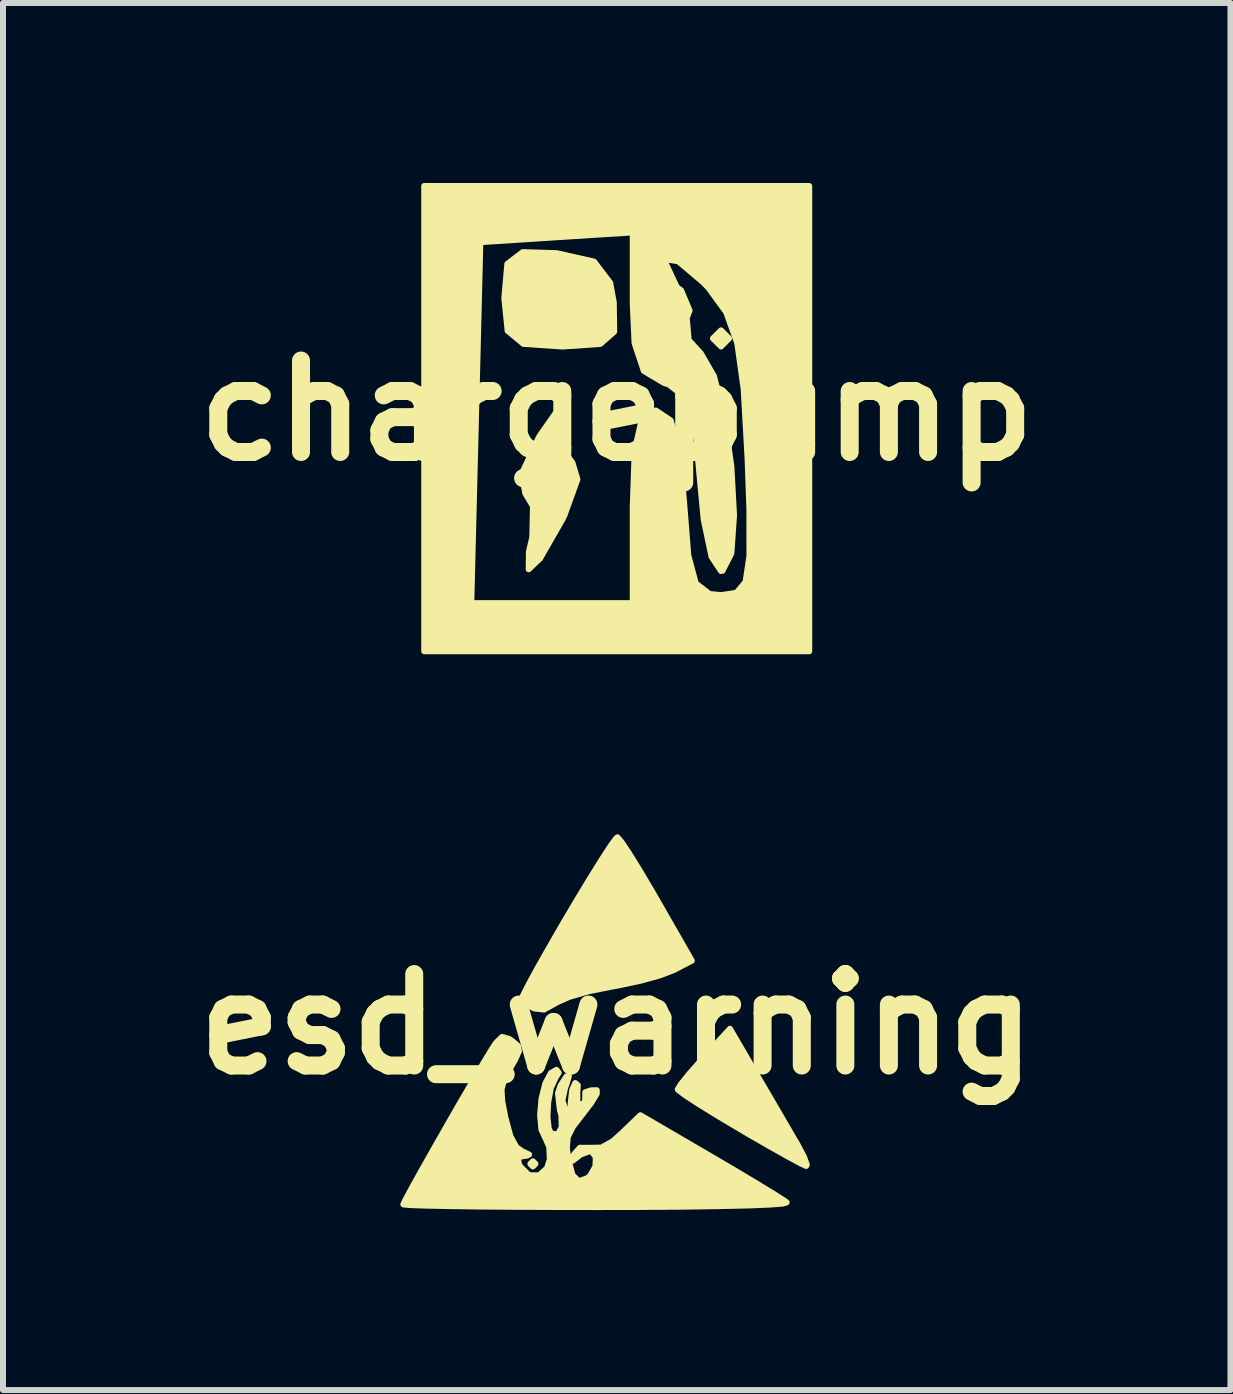
<source format=kicad_pcb>
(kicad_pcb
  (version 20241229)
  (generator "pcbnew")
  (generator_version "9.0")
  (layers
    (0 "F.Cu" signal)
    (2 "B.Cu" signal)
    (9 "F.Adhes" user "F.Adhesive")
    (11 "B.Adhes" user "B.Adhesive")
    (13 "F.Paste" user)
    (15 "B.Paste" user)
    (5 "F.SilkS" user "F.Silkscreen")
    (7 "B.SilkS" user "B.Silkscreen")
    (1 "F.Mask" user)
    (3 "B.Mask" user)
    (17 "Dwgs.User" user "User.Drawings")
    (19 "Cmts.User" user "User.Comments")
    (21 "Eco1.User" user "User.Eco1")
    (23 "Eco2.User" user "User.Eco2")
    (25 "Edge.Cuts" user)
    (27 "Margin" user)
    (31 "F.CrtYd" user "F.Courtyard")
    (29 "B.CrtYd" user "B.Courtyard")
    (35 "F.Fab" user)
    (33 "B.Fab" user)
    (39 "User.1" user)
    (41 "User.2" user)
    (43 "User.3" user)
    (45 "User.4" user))
  (footprint "chargepump"
    (layer "F.Cu")
    (at 7.228 3.793)
    (property "Reference" "chargepump" (at 0 0 0) (layer "F.SilkS") (effects (font (size 1.524 1.524) (thickness 0.3))))
    (attr through_hole)
    (fp_poly (pts (xy 1.872 -1.203) (xy 1.738 -1.069) (xy 1.604 -1.203) (xy 1.738 -1.337) (xy 1.872 -1.203)) (stroke (width 0.1) (type solid)) (fill yes) (layer "F.SilkS"))
    (fp_poly (pts (xy -0.042 -1.315) (xy -0.274 -1.111) (xy -0.89 -1.069) (xy -0.918 -1.069) (xy -1.554 -1.112) (xy -1.818 -1.33) (xy -1.872 -1.864) (xy -1.872 -1.889) (xy -1.823 -2.445) (xy -1.567 -2.641) (xy -1.003 -2.624) (xy -0.379 -2.484) (xy -0.109 -2.13) (xy -0.049 -1.805) (xy -0.042 -1.315)) (stroke (width 0.1) (type solid)) (fill yes) (layer "F.SilkS"))
    (fp_poly (pts (xy -0.655 1.145) (xy -0.872 1.747) (xy -0.907 1.817) (xy -1.277 2.463) (xy -1.467 2.644) (xy -1.463 2.349) (xy -1.407 2.112) (xy -1.396 1.592) (xy -1.525 1.376) (xy -1.581 1.048) (xy -1.299 0.447) (xy -1.27 0.401) (xy -0.945 -0.063) (xy -0.84 -0.085) (xy -0.882 0.188) (xy -0.88 0.683) (xy -0.738 0.868) (xy -0.655 1.145)) (stroke (width 0.1) (type solid)) (fill yes) (layer "F.SilkS"))
    (fp_poly (pts (xy 3.208 4.011) (xy 2.212 4.011) (xy 2.212 2.424) (xy 2.211 1.638) (xy 2.181 0.802) (xy 2.116 -0.358) (xy 2.009 -1.125) (xy 1.824 -1.641) (xy 1.527 -2.048) (xy 1.446 -2.133) (xy 1.027 -2.488) (xy 0.81 -2.524) (xy 0.802 -2.483) (xy 1 -2.06) (xy 1.074 -2.003) (xy 1.214 -1.668) (xy 1.167 -1.545) (xy 1.2 -1.174) (xy 1.402 -0.953) (xy 1.62 -0.575) (xy 1.795 0.109) (xy 1.911 0.936) (xy 1.955 1.746) (xy 1.911 2.378) (xy 1.763 2.669) (xy 1.738 2.673) (xy 1.58 2.435) (xy 1.449 1.812) (xy 1.389 1.177) (xy 1.307 0.281) (xy 1.15 -0.213) (xy 0.87 -0.435) (xy 0.788 -0.461) (xy 0.451 -0.662) (xy 0.297 -1.127) (xy 0.267 -1.784) (xy 0.267 -2.97) (xy -1.003 -2.889) (xy -2.273 -2.807) (xy -2.348 0.201) (xy -2.424 3.208) (xy -1.078 3.208) (xy 0.267 3.208) (xy 0.267 1.604) (xy 0.3 0.664) (xy 0.414 0.161) (xy 0.632 0.001) (xy 0.655 0) (xy 0.9 0.165) (xy 1.051 0.714) (xy 1.123 1.537) (xy 1.193 2.414) (xy 1.318 2.88) (xy 1.547 3.056) (xy 1.738 3.075) (xy 1.996 3.037) (xy 2.147 2.855) (xy 2.212 2.424) (xy 2.212 4.011) (xy 0 4.011) (xy -3.208 4.011) (xy -3.208 0.134) (xy -3.208 -3.743) (xy 0 -3.743) (xy 3.208 -3.743) (xy 3.208 0.134) (xy 3.208 4.011)) (stroke (width 0.1) (type solid)) (fill yes) (layer "F.SilkS")))
  (footprint "esd_warning"
    (layer "F.Cu")
    (at 7.228 14.018)
    (property "Reference" "esd_warning" (at 0 0 0) (layer "F.SilkS") (effects (font (size 1.524 1.524) (thickness 0.3))))
    (attr through_hole)
    (fp_poly (pts (xy -1.355 2.328) (xy -1.397 2.371) (xy -1.439 2.328) (xy -1.397 2.286) (xy -1.355 2.328)) (stroke (width 0.1) (type solid)) (fill yes) (layer "F.SilkS"))
    (fp_poly (pts (xy 3.167 2.341) (xy 3.157 2.363) (xy 3.064 2.32) (xy 2.853 2.206) (xy 2.552 2.037) (xy 2.19 1.829) (xy 2.055 1.749) (xy 1.684 1.528) (xy 1.371 1.335) (xy 1.144 1.187) (xy 1.027 1.099) (xy 1.017 1.086) (xy 1.07 1.001) (xy 1.21 0.827) (xy 1.41 0.599) (xy 1.452 0.553) (xy 1.887 0.077) (xy 2.346 0.864) (xy 2.562 1.234) (xy 2.77 1.591) (xy 2.941 1.885) (xy 3.015 2.011) (xy 3.122 2.214) (xy 3.167 2.341)) (stroke (width 0.1) (type solid)) (fill yes) (layer "F.SilkS"))
    (fp_poly (pts (xy 1.251 -1.058) (xy 0.952 -0.902) (xy 0.726 -0.815) (xy 0.396 -0.723) (xy 0.021 -0.644) (xy -0.075 -0.627) (xy -0.466 -0.549) (xy -0.792 -0.454) (xy -1.006 -0.359) (xy -1.021 -0.348) (xy -1.213 -0.243) (xy -1.372 -0.261) (xy -1.403 -0.276) (xy -1.544 -0.354) (xy -1.593 -0.385) (xy -1.567 -0.465) (xy -1.468 -0.661) (xy -1.313 -0.946) (xy -1.117 -1.292) (xy -0.898 -1.671) (xy -0.67 -2.056) (xy -0.451 -2.419) (xy -0.257 -2.731) (xy -0.104 -2.967) (xy -0.009 -3.097) (xy 0.013 -3.114) (xy 0.08 -3.035) (xy 0.212 -2.837) (xy 0.392 -2.545) (xy 0.603 -2.188) (xy 0.669 -2.074) (xy 1.251 -1.058)) (stroke (width 0.1) (type solid)) (fill yes) (layer "F.SilkS"))
    (fp_poly (pts (xy 2.832 2.971) (xy 2.771 2.99) (xy 2.552 3.007) (xy 2.187 3.022) (xy 1.689 3.033) (xy 1.069 3.042) (xy 0.339 3.047) (xy -0.322 3.048) (xy -1.043 3.047) (xy -1.708 3.044) (xy -2.299 3.039) (xy -2.798 3.032) (xy -3.185 3.024) (xy -3.443 3.015) (xy -3.553 3.005) (xy -3.556 3.003) (xy -3.516 2.918) (xy -3.406 2.715) (xy -3.244 2.423) (xy -3.045 2.072) (xy -2.827 1.689) (xy -2.605 1.303) (xy -2.395 0.944) (xy -2.215 0.639) (xy -2.081 0.417) (xy -2.014 0.315) (xy -1.91 0.213) (xy -1.794 0.245) (xy -1.741 0.282) (xy -1.646 0.363) (xy -1.629 0.449) (xy -1.694 0.594) (xy -1.771 0.726) (xy -1.876 0.922) (xy -1.92 1.086) (xy -1.908 1.285) (xy -1.857 1.55) (xy -1.772 1.867) (xy -1.672 2.05) (xy -1.574 2.119) (xy -1.461 2.173) (xy -1.503 2.194) (xy -1.548 2.196) (xy -1.649 2.224) (xy -1.63 2.329) (xy -1.606 2.376) (xy -1.462 2.517) (xy -1.295 2.521) (xy -1.161 2.401) (xy -1.115 2.255) (xy -1.124 2.047) (xy -1.179 1.92) (xy -1.255 1.757) (xy -1.277 1.513) (xy -1.253 1.24) (xy -1.19 0.99) (xy -1.097 0.814) (xy -1.003 0.762) (xy -0.967 0.81) (xy -1.021 0.895) (xy -1.096 1.059) (xy -1.142 1.298) (xy -1.155 1.55) (xy -1.132 1.75) (xy -1.086 1.829) (xy -0.977 1.833) (xy -0.917 1.716) (xy -0.921 1.524) (xy -0.946 1.433) (xy -0.979 1.152) (xy -0.935 1.022) (xy -0.836 0.87) (xy -0.798 0.868) (xy -0.84 1.009) (xy -0.858 1.049) (xy -0.906 1.275) (xy -0.859 1.409) (xy -0.796 1.494) (xy -0.77 1.444) (xy -0.765 1.296) (xy -0.742 1.095) (xy -0.692 0.983) (xy -0.69 0.981) (xy -0.649 1.016) (xy -0.657 1.146) (xy -0.655 1.309) (xy -0.599 1.355) (xy -0.525 1.29) (xy -0.525 1.233) (xy -0.524 1.135) (xy -0.427 1.103) (xy -0.333 1.101) (xy -0.333 1.159) (xy -0.423 1.309) (xy -0.554 1.481) (xy -0.731 1.71) (xy -0.816 1.881) (xy -0.831 2.06) (xy -0.809 2.243) (xy -0.738 2.513) (xy -0.631 2.62) (xy -0.485 2.564) (xy -0.44 2.523) (xy -0.355 2.372) (xy -0.348 2.215) (xy -0.417 2.122) (xy -0.449 2.117) (xy -0.601 2.172) (xy -0.665 2.223) (xy -0.737 2.277) (xy -0.721 2.195) (xy -0.713 2.173) (xy -0.614 2.06) (xy -0.433 2.061) (xy -0.256 2.057) (xy -0.071 1.955) (xy 0.091 1.811) (xy 0.394 1.518) (xy 1.573 2.206) (xy 1.978 2.444) (xy 2.333 2.656) (xy 2.611 2.826) (xy 2.787 2.938) (xy 2.832 2.971)) (stroke (width 0.1) (type solid)) (fill yes) (layer "F.SilkS")))
  (gr_rect
    (start -3 -3)
    (end 17.456 20.116)
    (stroke (width 0.1) (type default))
    (fill no)
    (layer "Edge.Cuts")))
</source>
